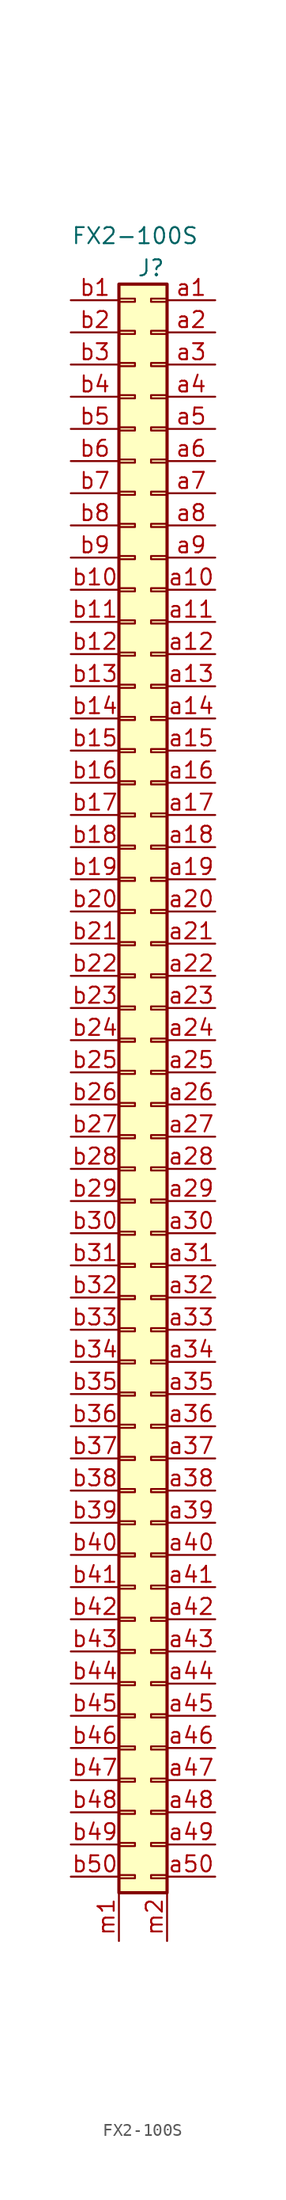
<source format=kicad_sym>
(kicad_symbol_lib
  (version 20211014)
  (generator kicad_symbol_editor)
  (symbol "FX2-100S"
    (pin_names hide)
    (property "Reference" "J"
      (at -5.08 2.54 0)
      (effects (font (size 1.27 1.27))))
    (property "Value" "FX2-100S"
      (at -6.35 5.08 0)
      (effects (font (size 1.27 1.27))))
    (symbol "FX2-100S_1_1"
      (rectangle (start -7.62 -125.73) (end -3.81 1.27) (stroke (width 0.254) (type default) (color 0 0 0 0)) (fill (type background)))
      (rectangle (start -7.62 -124.587) (end -6.35 -124.333) (stroke (width 0.152) (type default) (color 0 0 0 0)) (fill (type none)))
      (rectangle (start -7.62 -122.047) (end -6.35 -121.793) (stroke (width 0.152) (type default) (color 0 0 0 0)) (fill (type none)))
      (rectangle (start -7.62 -119.507) (end -6.35 -119.253) (stroke (width 0.152) (type default) (color 0 0 0 0)) (fill (type none)))
      (rectangle (start -7.62 -116.967) (end -6.35 -116.713) (stroke (width 0.152) (type default) (color 0 0 0 0)) (fill (type none)))
      (rectangle (start -7.62 -114.427) (end -6.35 -114.173) (stroke (width 0.152) (type default) (color 0 0 0 0)) (fill (type none)))
      (rectangle (start -7.62 -111.887) (end -6.35 -111.633) (stroke (width 0.152) (type default) (color 0 0 0 0)) (fill (type none)))
      (rectangle (start -7.62 -109.347) (end -6.35 -109.093) (stroke (width 0.152) (type default) (color 0 0 0 0)) (fill (type none)))
      (rectangle (start -7.62 -106.807) (end -6.35 -106.553) (stroke (width 0.152) (type default) (color 0 0 0 0)) (fill (type none)))
      (rectangle (start -7.62 -104.267) (end -6.35 -104.013) (stroke (width 0.152) (type default) (color 0 0 0 0)) (fill (type none)))
      (rectangle (start -7.62 -101.727) (end -6.35 -101.473) (stroke (width 0.152) (type default) (color 0 0 0 0)) (fill (type none)))
      (rectangle (start -7.62 -99.187) (end -6.35 -98.933) (stroke (width 0.152) (type default) (color 0 0 0 0)) (fill (type none)))
      (rectangle (start -7.62 -96.647) (end -6.35 -96.393) (stroke (width 0.152) (type default) (color 0 0 0 0)) (fill (type none)))
      (rectangle (start -7.62 -94.107) (end -6.35 -93.853) (stroke (width 0.152) (type default) (color 0 0 0 0)) (fill (type none)))
      (rectangle (start -7.62 -91.567) (end -6.35 -91.313) (stroke (width 0.152) (type default) (color 0 0 0 0)) (fill (type none)))
      (rectangle (start -7.62 -89.027) (end -6.35 -88.773) (stroke (width 0.152) (type default) (color 0 0 0 0)) (fill (type none)))
      (rectangle (start -7.62 -86.487) (end -6.35 -86.233) (stroke (width 0.152) (type default) (color 0 0 0 0)) (fill (type none)))
      (rectangle (start -7.62 -83.947) (end -6.35 -83.693) (stroke (width 0.152) (type default) (color 0 0 0 0)) (fill (type none)))
      (rectangle (start -7.62 -81.407) (end -6.35 -81.153) (stroke (width 0.152) (type default) (color 0 0 0 0)) (fill (type none)))
      (rectangle (start -7.62 -78.867) (end -6.35 -78.613) (stroke (width 0.152) (type default) (color 0 0 0 0)) (fill (type none)))
      (rectangle (start -7.62 -76.327) (end -6.35 -76.073) (stroke (width 0.152) (type default) (color 0 0 0 0)) (fill (type none)))
      (rectangle (start -7.62 -73.787) (end -6.35 -73.533) (stroke (width 0.152) (type default) (color 0 0 0 0)) (fill (type none)))
      (rectangle (start -7.62 -71.247) (end -6.35 -70.993) (stroke (width 0.152) (type default) (color 0 0 0 0)) (fill (type none)))
      (rectangle (start -7.62 -68.707) (end -6.35 -68.453) (stroke (width 0.152) (type default) (color 0 0 0 0)) (fill (type none)))
      (rectangle (start -7.62 -66.167) (end -6.35 -65.913) (stroke (width 0.152) (type default) (color 0 0 0 0)) (fill (type none)))
      (rectangle (start -7.62 -63.627) (end -6.35 -63.373) (stroke (width 0.152) (type default) (color 0 0 0 0)) (fill (type none)))
      (rectangle (start -7.62 -61.087) (end -6.35 -60.833) (stroke (width 0.152) (type default) (color 0 0 0 0)) (fill (type none)))
      (rectangle (start -7.62 -58.547) (end -6.35 -58.293) (stroke (width 0.152) (type default) (color 0 0 0 0)) (fill (type none)))
      (rectangle (start -7.62 -56.007) (end -6.35 -55.753) (stroke (width 0.152) (type default) (color 0 0 0 0)) (fill (type none)))
      (rectangle (start -7.62 -53.467) (end -6.35 -53.213) (stroke (width 0.152) (type default) (color 0 0 0 0)) (fill (type none)))
      (rectangle (start -7.62 -50.927) (end -6.35 -50.673) (stroke (width 0.152) (type default) (color 0 0 0 0)) (fill (type none)))
      (rectangle (start -7.62 -48.387) (end -6.35 -48.133) (stroke (width 0.152) (type default) (color 0 0 0 0)) (fill (type none)))
      (rectangle (start -7.62 -45.847) (end -6.35 -45.593) (stroke (width 0.152) (type default) (color 0 0 0 0)) (fill (type none)))
      (rectangle (start -7.62 -43.307) (end -6.35 -43.053) (stroke (width 0.152) (type default) (color 0 0 0 0)) (fill (type none)))
      (rectangle (start -7.62 -40.767) (end -6.35 -40.513) (stroke (width 0.152) (type default) (color 0 0 0 0)) (fill (type none)))
      (rectangle (start -7.62 -38.227) (end -6.35 -37.973) (stroke (width 0.152) (type default) (color 0 0 0 0)) (fill (type none)))
      (rectangle (start -7.62 -35.687) (end -6.35 -35.433) (stroke (width 0.152) (type default) (color 0 0 0 0)) (fill (type none)))
      (rectangle (start -7.62 -33.147) (end -6.35 -32.893) (stroke (width 0.152) (type default) (color 0 0 0 0)) (fill (type none)))
      (rectangle (start -7.62 -30.607) (end -6.35 -30.353) (stroke (width 0.152) (type default) (color 0 0 0 0)) (fill (type none)))
      (rectangle (start -7.62 -28.067) (end -6.35 -27.813) (stroke (width 0.152) (type default) (color 0 0 0 0)) (fill (type none)))
      (rectangle (start -7.62 -25.527) (end -6.35 -25.273) (stroke (width 0.152) (type default) (color 0 0 0 0)) (fill (type none)))
      (rectangle (start -7.62 -22.987) (end -6.35 -22.733) (stroke (width 0.152) (type default) (color 0 0 0 0)) (fill (type none)))
      (rectangle (start -7.62 -20.447) (end -6.35 -20.193) (stroke (width 0.152) (type default) (color 0 0 0 0)) (fill (type none)))
      (rectangle (start -7.62 -17.907) (end -6.35 -17.653) (stroke (width 0.152) (type default) (color 0 0 0 0)) (fill (type none)))
      (rectangle (start -7.62 -15.367) (end -6.35 -15.113) (stroke (width 0.152) (type default) (color 0 0 0 0)) (fill (type none)))
      (rectangle (start -7.62 -12.827) (end -6.35 -12.573) (stroke (width 0.152) (type default) (color 0 0 0 0)) (fill (type none)))
      (rectangle (start -7.62 -10.287) (end -6.35 -10.033) (stroke (width 0.152) (type default) (color 0 0 0 0)) (fill (type none)))
      (rectangle (start -7.62 -7.747) (end -6.35 -7.493) (stroke (width 0.152) (type default) (color 0 0 0 0)) (fill (type none)))
      (rectangle (start -7.62 -5.207) (end -6.35 -4.953) (stroke (width 0.152) (type default) (color 0 0 0 0)) (fill (type none)))
      (rectangle (start -7.62 -2.667) (end -6.35 -2.413) (stroke (width 0.152) (type default) (color 0 0 0 0)) (fill (type none)))
      (rectangle (start -7.62 -0.127) (end -6.35 0.127) (stroke (width 0.152) (type default) (color 0 0 0 0)) (fill (type none)))
      (rectangle (start -5.08 -124.587) (end -3.81 -124.333) (stroke (width 0.152) (type default) (color 0 0 0 0)) (fill (type none)))
      (rectangle (start -5.08 -122.047) (end -3.81 -121.793) (stroke (width 0.152) (type default) (color 0 0 0 0)) (fill (type none)))
      (rectangle (start -5.08 -119.507) (end -3.81 -119.253) (stroke (width 0.152) (type default) (color 0 0 0 0)) (fill (type none)))
      (rectangle (start -5.08 -116.967) (end -3.81 -116.713) (stroke (width 0.152) (type default) (color 0 0 0 0)) (fill (type none)))
      (rectangle (start -5.08 -114.427) (end -3.81 -114.173) (stroke (width 0.152) (type default) (color 0 0 0 0)) (fill (type none)))
      (rectangle (start -5.08 -111.887) (end -3.81 -111.633) (stroke (width 0.152) (type default) (color 0 0 0 0)) (fill (type none)))
      (rectangle (start -5.08 -109.347) (end -3.81 -109.093) (stroke (width 0.152) (type default) (color 0 0 0 0)) (fill (type none)))
      (rectangle (start -5.08 -106.807) (end -3.81 -106.553) (stroke (width 0.152) (type default) (color 0 0 0 0)) (fill (type none)))
      (rectangle (start -5.08 -104.267) (end -3.81 -104.013) (stroke (width 0.152) (type default) (color 0 0 0 0)) (fill (type none)))
      (rectangle (start -5.08 -101.727) (end -3.81 -101.473) (stroke (width 0.152) (type default) (color 0 0 0 0)) (fill (type none)))
      (rectangle (start -5.08 -99.187) (end -3.81 -98.933) (stroke (width 0.152) (type default) (color 0 0 0 0)) (fill (type none)))
      (rectangle (start -5.08 -96.647) (end -3.81 -96.393) (stroke (width 0.152) (type default) (color 0 0 0 0)) (fill (type none)))
      (rectangle (start -5.08 -94.107) (end -3.81 -93.853) (stroke (width 0.152) (type default) (color 0 0 0 0)) (fill (type none)))
      (rectangle (start -5.08 -91.567) (end -3.81 -91.313) (stroke (width 0.152) (type default) (color 0 0 0 0)) (fill (type none)))
      (rectangle (start -5.08 -89.027) (end -3.81 -88.773) (stroke (width 0.152) (type default) (color 0 0 0 0)) (fill (type none)))
      (rectangle (start -5.08 -86.487) (end -3.81 -86.233) (stroke (width 0.152) (type default) (color 0 0 0 0)) (fill (type none)))
      (rectangle (start -5.08 -83.947) (end -3.81 -83.693) (stroke (width 0.152) (type default) (color 0 0 0 0)) (fill (type none)))
      (rectangle (start -5.08 -81.407) (end -3.81 -81.153) (stroke (width 0.152) (type default) (color 0 0 0 0)) (fill (type none)))
      (rectangle (start -5.08 -78.867) (end -3.81 -78.613) (stroke (width 0.152) (type default) (color 0 0 0 0)) (fill (type none)))
      (rectangle (start -5.08 -76.327) (end -3.81 -76.073) (stroke (width 0.152) (type default) (color 0 0 0 0)) (fill (type none)))
      (rectangle (start -5.08 -73.787) (end -3.81 -73.533) (stroke (width 0.152) (type default) (color 0 0 0 0)) (fill (type none)))
      (rectangle (start -5.08 -71.247) (end -3.81 -70.993) (stroke (width 0.152) (type default) (color 0 0 0 0)) (fill (type none)))
      (rectangle (start -5.08 -68.707) (end -3.81 -68.453) (stroke (width 0.152) (type default) (color 0 0 0 0)) (fill (type none)))
      (rectangle (start -5.08 -66.167) (end -3.81 -65.913) (stroke (width 0.152) (type default) (color 0 0 0 0)) (fill (type none)))
      (rectangle (start -5.08 -63.627) (end -3.81 -63.373) (stroke (width 0.152) (type default) (color 0 0 0 0)) (fill (type none)))
      (rectangle (start -5.08 -61.087) (end -3.81 -60.833) (stroke (width 0.152) (type default) (color 0 0 0 0)) (fill (type none)))
      (rectangle (start -5.08 -58.547) (end -3.81 -58.293) (stroke (width 0.152) (type default) (color 0 0 0 0)) (fill (type none)))
      (rectangle (start -5.08 -56.007) (end -3.81 -55.753) (stroke (width 0.152) (type default) (color 0 0 0 0)) (fill (type none)))
      (rectangle (start -5.08 -53.467) (end -3.81 -53.213) (stroke (width 0.152) (type default) (color 0 0 0 0)) (fill (type none)))
      (rectangle (start -5.08 -50.927) (end -3.81 -50.673) (stroke (width 0.152) (type default) (color 0 0 0 0)) (fill (type none)))
      (rectangle (start -5.08 -48.387) (end -3.81 -48.133) (stroke (width 0.152) (type default) (color 0 0 0 0)) (fill (type none)))
      (rectangle (start -5.08 -45.847) (end -3.81 -45.593) (stroke (width 0.152) (type default) (color 0 0 0 0)) (fill (type none)))
      (rectangle (start -5.08 -43.307) (end -3.81 -43.053) (stroke (width 0.152) (type default) (color 0 0 0 0)) (fill (type none)))
      (rectangle (start -5.08 -40.767) (end -3.81 -40.513) (stroke (width 0.152) (type default) (color 0 0 0 0)) (fill (type none)))
      (rectangle (start -5.08 -38.227) (end -3.81 -37.973) (stroke (width 0.152) (type default) (color 0 0 0 0)) (fill (type none)))
      (rectangle (start -5.08 -35.687) (end -3.81 -35.433) (stroke (width 0.152) (type default) (color 0 0 0 0)) (fill (type none)))
      (rectangle (start -5.08 -33.147) (end -3.81 -32.893) (stroke (width 0.152) (type default) (color 0 0 0 0)) (fill (type none)))
      (rectangle (start -5.08 -30.607) (end -3.81 -30.353) (stroke (width 0.152) (type default) (color 0 0 0 0)) (fill (type none)))
      (rectangle (start -5.08 -28.067) (end -3.81 -27.813) (stroke (width 0.152) (type default) (color 0 0 0 0)) (fill (type none)))
      (rectangle (start -5.08 -25.527) (end -3.81 -25.273) (stroke (width 0.152) (type default) (color 0 0 0 0)) (fill (type none)))
      (rectangle (start -5.08 -22.987) (end -3.81 -22.733) (stroke (width 0.152) (type default) (color 0 0 0 0)) (fill (type none)))
      (rectangle (start -5.08 -20.447) (end -3.81 -20.193) (stroke (width 0.152) (type default) (color 0 0 0 0)) (fill (type none)))
      (rectangle (start -5.08 -17.907) (end -3.81 -17.653) (stroke (width 0.152) (type default) (color 0 0 0 0)) (fill (type none)))
      (rectangle (start -5.08 -15.367) (end -3.81 -15.113) (stroke (width 0.152) (type default) (color 0 0 0 0)) (fill (type none)))
      (rectangle (start -5.08 -12.827) (end -3.81 -12.573) (stroke (width 0.152) (type default) (color 0 0 0 0)) (fill (type none)))
      (rectangle (start -5.08 -10.287) (end -3.81 -10.033) (stroke (width 0.152) (type default) (color 0 0 0 0)) (fill (type none)))
      (rectangle (start -5.08 -7.747) (end -3.81 -7.493) (stroke (width 0.152) (type default) (color 0 0 0 0)) (fill (type none)))
      (rectangle (start -5.08 -5.207) (end -3.81 -4.953) (stroke (width 0.152) (type default) (color 0 0 0 0)) (fill (type none)))
      (rectangle (start -5.08 -2.667) (end -3.81 -2.413) (stroke (width 0.152) (type default) (color 0 0 0 0)) (fill (type none)))
      (rectangle (start -5.08 -0.127) (end -3.81 0.127) (stroke (width 0.152) (type default) (color 0 0 0 0)) (fill (type none)))
      (pin passive line (at 0 0 180) (length 3.81) (name "a1" (effects (font (size 1.27 1.27)))) (number "a1" (effects (font (size 1.27 1.27)))))
      (pin passive line (at 0 -22.86 180) (length 3.81) (name "a10" (effects (font (size 1.27 1.27)))) (number "a10" (effects (font (size 1.27 1.27)))))
      (pin passive line (at 0 -25.4 180) (length 3.81) (name "a11" (effects (font (size 1.27 1.27)))) (number "a11" (effects (font (size 1.27 1.27)))))
      (pin passive line (at 0 -27.94 180) (length 3.81) (name "a12" (effects (font (size 1.27 1.27)))) (number "a12" (effects (font (size 1.27 1.27)))))
      (pin passive line (at 0 -30.48 180) (length 3.81) (name "a13" (effects (font (size 1.27 1.27)))) (number "a13" (effects (font (size 1.27 1.27)))))
      (pin passive line (at 0 -33.02 180) (length 3.81) (name "a14" (effects (font (size 1.27 1.27)))) (number "a14" (effects (font (size 1.27 1.27)))))
      (pin passive line (at 0 -35.56 180) (length 3.81) (name "a15" (effects (font (size 1.27 1.27)))) (number "a15" (effects (font (size 1.27 1.27)))))
      (pin passive line (at 0 -38.1 180) (length 3.81) (name "a16" (effects (font (size 1.27 1.27)))) (number "a16" (effects (font (size 1.27 1.27)))))
      (pin passive line (at 0 -40.64 180) (length 3.81) (name "a17" (effects (font (size 1.27 1.27)))) (number "a17" (effects (font (size 1.27 1.27)))))
      (pin passive line (at 0 -43.18 180) (length 3.81) (name "a18" (effects (font (size 1.27 1.27)))) (number "a18" (effects (font (size 1.27 1.27)))))
      (pin passive line (at 0 -45.72 180) (length 3.81) (name "a19" (effects (font (size 1.27 1.27)))) (number "a19" (effects (font (size 1.27 1.27)))))
      (pin passive line (at 0 -2.54 180) (length 3.81) (name "a2" (effects (font (size 1.27 1.27)))) (number "a2" (effects (font (size 1.27 1.27)))))
      (pin passive line (at 0 -48.26 180) (length 3.81) (name "a20" (effects (font (size 1.27 1.27)))) (number "a20" (effects (font (size 1.27 1.27)))))
      (pin passive line (at 0 -50.8 180) (length 3.81) (name "a21" (effects (font (size 1.27 1.27)))) (number "a21" (effects (font (size 1.27 1.27)))))
      (pin passive line (at 0 -53.34 180) (length 3.81) (name "a22" (effects (font (size 1.27 1.27)))) (number "a22" (effects (font (size 1.27 1.27)))))
      (pin passive line (at 0 -55.88 180) (length 3.81) (name "a23" (effects (font (size 1.27 1.27)))) (number "a23" (effects (font (size 1.27 1.27)))))
      (pin passive line (at 0 -58.42 180) (length 3.81) (name "a24" (effects (font (size 1.27 1.27)))) (number "a24" (effects (font (size 1.27 1.27)))))
      (pin passive line (at 0 -60.96 180) (length 3.81) (name "a25" (effects (font (size 1.27 1.27)))) (number "a25" (effects (font (size 1.27 1.27)))))
      (pin passive line (at 0 -63.5 180) (length 3.81) (name "a26" (effects (font (size 1.27 1.27)))) (number "a26" (effects (font (size 1.27 1.27)))))
      (pin passive line (at 0 -66.04 180) (length 3.81) (name "a27" (effects (font (size 1.27 1.27)))) (number "a27" (effects (font (size 1.27 1.27)))))
      (pin passive line (at 0 -68.58 180) (length 3.81) (name "a28" (effects (font (size 1.27 1.27)))) (number "a28" (effects (font (size 1.27 1.27)))))
      (pin passive line (at 0 -71.12 180) (length 3.81) (name "a29" (effects (font (size 1.27 1.27)))) (number "a29" (effects (font (size 1.27 1.27)))))
      (pin passive line (at 0 -5.08 180) (length 3.81) (name "a3" (effects (font (size 1.27 1.27)))) (number "a3" (effects (font (size 1.27 1.27)))))
      (pin passive line (at 0 -73.66 180) (length 3.81) (name "a30" (effects (font (size 1.27 1.27)))) (number "a30" (effects (font (size 1.27 1.27)))))
      (pin passive line (at 0 -76.2 180) (length 3.81) (name "a31" (effects (font (size 1.27 1.27)))) (number "a31" (effects (font (size 1.27 1.27)))))
      (pin passive line (at 0 -78.74 180) (length 3.81) (name "a32" (effects (font (size 1.27 1.27)))) (number "a32" (effects (font (size 1.27 1.27)))))
      (pin passive line (at 0 -81.28 180) (length 3.81) (name "a33" (effects (font (size 1.27 1.27)))) (number "a33" (effects (font (size 1.27 1.27)))))
      (pin passive line (at 0 -83.82 180) (length 3.81) (name "a34" (effects (font (size 1.27 1.27)))) (number "a34" (effects (font (size 1.27 1.27)))))
      (pin passive line (at 0 -86.36 180) (length 3.81) (name "a35" (effects (font (size 1.27 1.27)))) (number "a35" (effects (font (size 1.27 1.27)))))
      (pin passive line (at 0 -88.9 180) (length 3.81) (name "a36" (effects (font (size 1.27 1.27)))) (number "a36" (effects (font (size 1.27 1.27)))))
      (pin passive line (at 0 -91.44 180) (length 3.81) (name "a37" (effects (font (size 1.27 1.27)))) (number "a37" (effects (font (size 1.27 1.27)))))
      (pin passive line (at 0 -93.98 180) (length 3.81) (name "a38" (effects (font (size 1.27 1.27)))) (number "a38" (effects (font (size 1.27 1.27)))))
      (pin passive line (at 0 -96.52 180) (length 3.81) (name "a39" (effects (font (size 1.27 1.27)))) (number "a39" (effects (font (size 1.27 1.27)))))
      (pin passive line (at 0 -7.62 180) (length 3.81) (name "a4" (effects (font (size 1.27 1.27)))) (number "a4" (effects (font (size 1.27 1.27)))))
      (pin passive line (at 0 -99.06 180) (length 3.81) (name "a40" (effects (font (size 1.27 1.27)))) (number "a40" (effects (font (size 1.27 1.27)))))
      (pin passive line (at 0 -101.6 180) (length 3.81) (name "a41" (effects (font (size 1.27 1.27)))) (number "a41" (effects (font (size 1.27 1.27)))))
      (pin passive line (at 0 -104.14 180) (length 3.81) (name "a42" (effects (font (size 1.27 1.27)))) (number "a42" (effects (font (size 1.27 1.27)))))
      (pin passive line (at 0 -106.68 180) (length 3.81) (name "a43" (effects (font (size 1.27 1.27)))) (number "a43" (effects (font (size 1.27 1.27)))))
      (pin passive line (at 0 -109.22 180) (length 3.81) (name "a44" (effects (font (size 1.27 1.27)))) (number "a44" (effects (font (size 1.27 1.27)))))
      (pin passive line (at 0 -111.76 180) (length 3.81) (name "a45" (effects (font (size 1.27 1.27)))) (number "a45" (effects (font (size 1.27 1.27)))))
      (pin passive line (at 0 -114.3 180) (length 3.81) (name "a46" (effects (font (size 1.27 1.27)))) (number "a46" (effects (font (size 1.27 1.27)))))
      (pin passive line (at 0 -116.84 180) (length 3.81) (name "a47" (effects (font (size 1.27 1.27)))) (number "a47" (effects (font (size 1.27 1.27)))))
      (pin passive line (at 0 -119.38 180) (length 3.81) (name "a48" (effects (font (size 1.27 1.27)))) (number "a48" (effects (font (size 1.27 1.27)))))
      (pin passive line (at 0 -121.92 180) (length 3.81) (name "a49" (effects (font (size 1.27 1.27)))) (number "a49" (effects (font (size 1.27 1.27)))))
      (pin passive line (at 0 -10.16 180) (length 3.81) (name "a5" (effects (font (size 1.27 1.27)))) (number "a5" (effects (font (size 1.27 1.27)))))
      (pin passive line (at 0 -124.46 180) (length 3.81) (name "a50" (effects (font (size 1.27 1.27)))) (number "a50" (effects (font (size 1.27 1.27)))))
      (pin passive line (at 0 -12.7 180) (length 3.81) (name "a6" (effects (font (size 1.27 1.27)))) (number "a6" (effects (font (size 1.27 1.27)))))
      (pin passive line (at 0 -15.24 180) (length 3.81) (name "a7" (effects (font (size 1.27 1.27)))) (number "a7" (effects (font (size 1.27 1.27)))))
      (pin passive line (at 0 -17.78 180) (length 3.81) (name "a8" (effects (font (size 1.27 1.27)))) (number "a8" (effects (font (size 1.27 1.27)))))
      (pin passive line (at 0 -20.32 180) (length 3.81) (name "a9" (effects (font (size 1.27 1.27)))) (number "a9" (effects (font (size 1.27 1.27)))))
      (pin passive line (at -11.43 0 0) (length 3.81) (name "b1" (effects (font (size 1.27 1.27)))) (number "b1" (effects (font (size 1.27 1.27)))))
      (pin passive line (at -11.43 -22.86 0) (length 3.81) (name "b10" (effects (font (size 1.27 1.27)))) (number "b10" (effects (font (size 1.27 1.27)))))
      (pin passive line (at -11.43 -25.4 0) (length 3.81) (name "b11" (effects (font (size 1.27 1.27)))) (number "b11" (effects (font (size 1.27 1.27)))))
      (pin passive line (at -11.43 -27.94 0) (length 3.81) (name "b12" (effects (font (size 1.27 1.27)))) (number "b12" (effects (font (size 1.27 1.27)))))
      (pin passive line (at -11.43 -30.48 0) (length 3.81) (name "b13" (effects (font (size 1.27 1.27)))) (number "b13" (effects (font (size 1.27 1.27)))))
      (pin passive line (at -11.43 -33.02 0) (length 3.81) (name "b14" (effects (font (size 1.27 1.27)))) (number "b14" (effects (font (size 1.27 1.27)))))
      (pin passive line (at -11.43 -35.56 0) (length 3.81) (name "b15" (effects (font (size 1.27 1.27)))) (number "b15" (effects (font (size 1.27 1.27)))))
      (pin passive line (at -11.43 -38.1 0) (length 3.81) (name "b16" (effects (font (size 1.27 1.27)))) (number "b16" (effects (font (size 1.27 1.27)))))
      (pin passive line (at -11.43 -40.64 0) (length 3.81) (name "b17" (effects (font (size 1.27 1.27)))) (number "b17" (effects (font (size 1.27 1.27)))))
      (pin passive line (at -11.43 -43.18 0) (length 3.81) (name "b18" (effects (font (size 1.27 1.27)))) (number "b18" (effects (font (size 1.27 1.27)))))
      (pin passive line (at -11.43 -45.72 0) (length 3.81) (name "b19" (effects (font (size 1.27 1.27)))) (number "b19" (effects (font (size 1.27 1.27)))))
      (pin passive line (at -11.43 -2.54 0) (length 3.81) (name "b2" (effects (font (size 1.27 1.27)))) (number "b2" (effects (font (size 1.27 1.27)))))
      (pin passive line (at -11.43 -48.26 0) (length 3.81) (name "b20" (effects (font (size 1.27 1.27)))) (number "b20" (effects (font (size 1.27 1.27)))))
      (pin passive line (at -11.43 -50.8 0) (length 3.81) (name "b21" (effects (font (size 1.27 1.27)))) (number "b21" (effects (font (size 1.27 1.27)))))
      (pin passive line (at -11.43 -53.34 0) (length 3.81) (name "b22" (effects (font (size 1.27 1.27)))) (number "b22" (effects (font (size 1.27 1.27)))))
      (pin passive line (at -11.43 -55.88 0) (length 3.81) (name "b23" (effects (font (size 1.27 1.27)))) (number "b23" (effects (font (size 1.27 1.27)))))
      (pin passive line (at -11.43 -58.42 0) (length 3.81) (name "b24" (effects (font (size 1.27 1.27)))) (number "b24" (effects (font (size 1.27 1.27)))))
      (pin passive line (at -11.43 -60.96 0) (length 3.81) (name "b25" (effects (font (size 1.27 1.27)))) (number "b25" (effects (font (size 1.27 1.27)))))
      (pin passive line (at -11.43 -63.5 0) (length 3.81) (name "b26" (effects (font (size 1.27 1.27)))) (number "b26" (effects (font (size 1.27 1.27)))))
      (pin passive line (at -11.43 -66.04 0) (length 3.81) (name "b27" (effects (font (size 1.27 1.27)))) (number "b27" (effects (font (size 1.27 1.27)))))
      (pin passive line (at -11.43 -68.58 0) (length 3.81) (name "b28" (effects (font (size 1.27 1.27)))) (number "b28" (effects (font (size 1.27 1.27)))))
      (pin passive line (at -11.43 -71.12 0) (length 3.81) (name "b29" (effects (font (size 1.27 1.27)))) (number "b29" (effects (font (size 1.27 1.27)))))
      (pin passive line (at -11.43 -5.08 0) (length 3.81) (name "b3" (effects (font (size 1.27 1.27)))) (number "b3" (effects (font (size 1.27 1.27)))))
      (pin passive line (at -11.43 -73.66 0) (length 3.81) (name "b30" (effects (font (size 1.27 1.27)))) (number "b30" (effects (font (size 1.27 1.27)))))
      (pin passive line (at -11.43 -76.2 0) (length 3.81) (name "b31" (effects (font (size 1.27 1.27)))) (number "b31" (effects (font (size 1.27 1.27)))))
      (pin passive line (at -11.43 -78.74 0) (length 3.81) (name "b32" (effects (font (size 1.27 1.27)))) (number "b32" (effects (font (size 1.27 1.27)))))
      (pin passive line (at -11.43 -81.28 0) (length 3.81) (name "b33" (effects (font (size 1.27 1.27)))) (number "b33" (effects (font (size 1.27 1.27)))))
      (pin passive line (at -11.43 -83.82 0) (length 3.81) (name "b34" (effects (font (size 1.27 1.27)))) (number "b34" (effects (font (size 1.27 1.27)))))
      (pin passive line (at -11.43 -86.36 0) (length 3.81) (name "b35" (effects (font (size 1.27 1.27)))) (number "b35" (effects (font (size 1.27 1.27)))))
      (pin passive line (at -11.43 -88.9 0) (length 3.81) (name "b36" (effects (font (size 1.27 1.27)))) (number "b36" (effects (font (size 1.27 1.27)))))
      (pin passive line (at -11.43 -91.44 0) (length 3.81) (name "b37" (effects (font (size 1.27 1.27)))) (number "b37" (effects (font (size 1.27 1.27)))))
      (pin passive line (at -11.43 -93.98 0) (length 3.81) (name "b38" (effects (font (size 1.27 1.27)))) (number "b38" (effects (font (size 1.27 1.27)))))
      (pin passive line (at -11.43 -96.52 0) (length 3.81) (name "b39" (effects (font (size 1.27 1.27)))) (number "b39" (effects (font (size 1.27 1.27)))))
      (pin passive line (at -11.43 -7.62 0) (length 3.81) (name "b4" (effects (font (size 1.27 1.27)))) (number "b4" (effects (font (size 1.27 1.27)))))
      (pin passive line (at -11.43 -99.06 0) (length 3.81) (name "b40" (effects (font (size 1.27 1.27)))) (number "b40" (effects (font (size 1.27 1.27)))))
      (pin passive line (at -11.43 -101.6 0) (length 3.81) (name "b41" (effects (font (size 1.27 1.27)))) (number "b41" (effects (font (size 1.27 1.27)))))
      (pin passive line (at -11.43 -104.14 0) (length 3.81) (name "b42" (effects (font (size 1.27 1.27)))) (number "b42" (effects (font (size 1.27 1.27)))))
      (pin passive line (at -11.43 -106.68 0) (length 3.81) (name "b43" (effects (font (size 1.27 1.27)))) (number "b43" (effects (font (size 1.27 1.27)))))
      (pin passive line (at -11.43 -109.22 0) (length 3.81) (name "b44" (effects (font (size 1.27 1.27)))) (number "b44" (effects (font (size 1.27 1.27)))))
      (pin passive line (at -11.43 -111.76 0) (length 3.81) (name "b45" (effects (font (size 1.27 1.27)))) (number "b45" (effects (font (size 1.27 1.27)))))
      (pin passive line (at -11.43 -114.3 0) (length 3.81) (name "b46" (effects (font (size 1.27 1.27)))) (number "b46" (effects (font (size 1.27 1.27)))))
      (pin passive line (at -11.43 -116.84 0) (length 3.81) (name "b47" (effects (font (size 1.27 1.27)))) (number "b47" (effects (font (size 1.27 1.27)))))
      (pin passive line (at -11.43 -119.38 0) (length 3.81) (name "b48" (effects (font (size 1.27 1.27)))) (number "b48" (effects (font (size 1.27 1.27)))))
      (pin passive line (at -11.43 -121.92 0) (length 3.81) (name "b49" (effects (font (size 1.27 1.27)))) (number "b49" (effects (font (size 1.27 1.27)))))
      (pin passive line (at -11.43 -10.16 0) (length 3.81) (name "b5" (effects (font (size 1.27 1.27)))) (number "b5" (effects (font (size 1.27 1.27)))))
      (pin passive line (at -11.43 -124.46 0) (length 3.81) (name "b50" (effects (font (size 1.27 1.27)))) (number "b50" (effects (font (size 1.27 1.27)))))
      (pin passive line (at -11.43 -12.7 0) (length 3.81) (name "b6" (effects (font (size 1.27 1.27)))) (number "b6" (effects (font (size 1.27 1.27)))))
      (pin passive line (at -11.43 -15.24 0) (length 3.81) (name "b7" (effects (font (size 1.27 1.27)))) (number "b7" (effects (font (size 1.27 1.27)))))
      (pin passive line (at -11.43 -17.78 0) (length 3.81) (name "b8" (effects (font (size 1.27 1.27)))) (number "b8" (effects (font (size 1.27 1.27)))))
      (pin passive line (at -11.43 -20.32 0) (length 3.81) (name "b9" (effects (font (size 1.27 1.27)))) (number "b9" (effects (font (size 1.27 1.27)))))
      (pin passive line (at -7.62 -129.54 90) (length 3.81) (name "m1" (effects (font (size 1.27 1.27)))) (number "m1" (effects (font (size 1.27 1.27)))))
      (pin passive line (at -3.81 -129.54 90) (length 3.81) (name "m2" (effects (font (size 1.27 1.27)))) (number "m2" (effects (font (size 1.27 1.27))))))))
</source>
